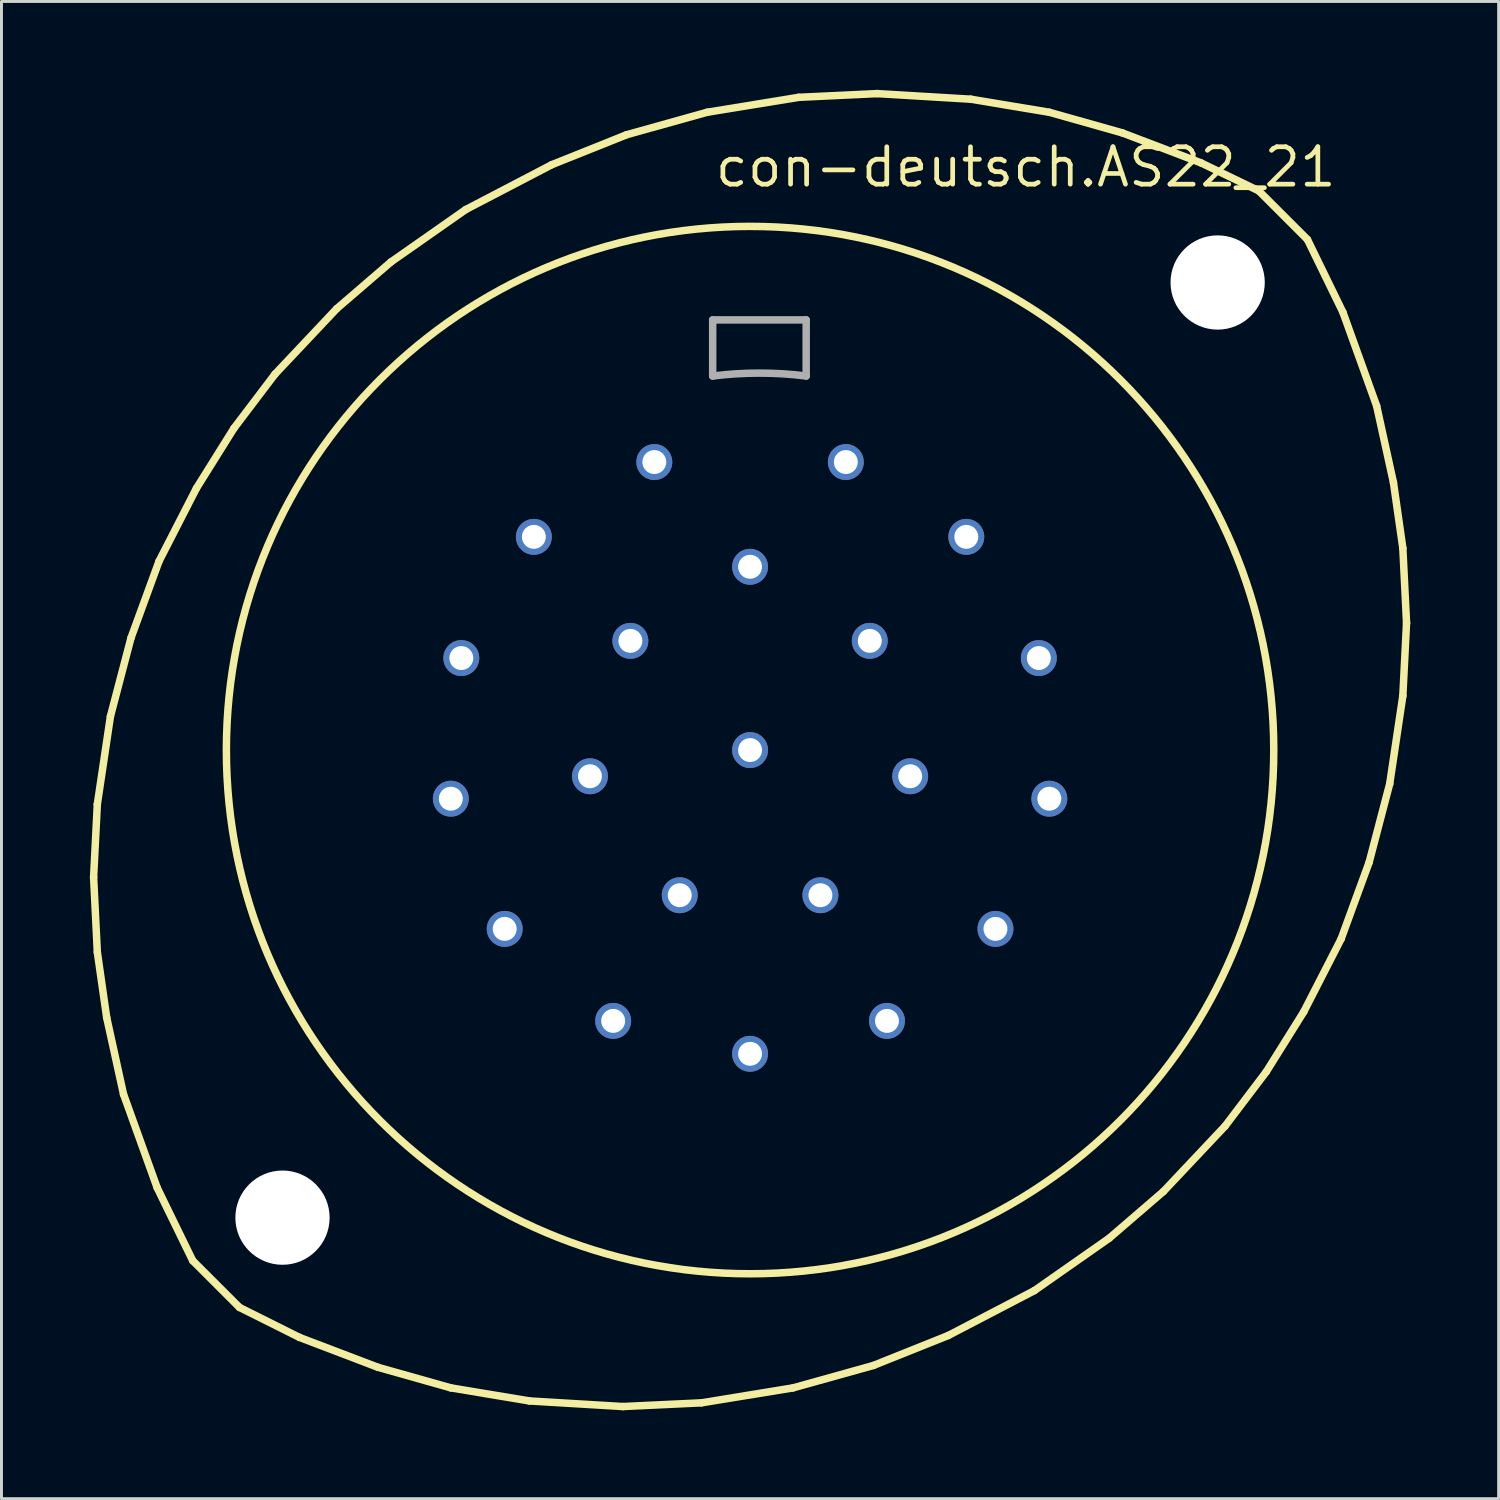
<source format=kicad_pcb>
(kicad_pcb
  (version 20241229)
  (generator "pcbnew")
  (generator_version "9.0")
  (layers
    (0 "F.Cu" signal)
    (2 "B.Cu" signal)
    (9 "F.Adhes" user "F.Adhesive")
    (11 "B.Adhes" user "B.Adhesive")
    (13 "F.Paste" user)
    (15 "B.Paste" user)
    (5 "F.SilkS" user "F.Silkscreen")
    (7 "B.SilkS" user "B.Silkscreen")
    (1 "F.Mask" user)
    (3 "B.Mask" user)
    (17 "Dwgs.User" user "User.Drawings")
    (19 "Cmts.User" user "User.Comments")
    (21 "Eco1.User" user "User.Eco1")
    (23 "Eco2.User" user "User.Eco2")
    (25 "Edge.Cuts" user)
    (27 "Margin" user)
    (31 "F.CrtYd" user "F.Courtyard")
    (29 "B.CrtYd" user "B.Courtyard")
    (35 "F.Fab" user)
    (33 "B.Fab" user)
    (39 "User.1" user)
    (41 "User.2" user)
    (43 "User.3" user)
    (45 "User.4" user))
  (footprint "con-deutsch.AS22_21"
    (layer "F.Cu")
    (at 22.416 22.416)
    (property "Reference" "con-deutsch.AS22_21" (at -1.27 -19.05 0) (layer "F.SilkS") (effects (font (size 1.27 1.27) (thickness 0.16)) (justify left bottom)))
    (attr through_hole)
    (fp_line (start -22.288 4.318) (end -22.162 1.841) (stroke (width 0.254) (type default)) (layer "F.SilkS"))
    (fp_line (start -22.162 1.841) (end -21.717 -1.143) (stroke (width 0.254) (type default)) (layer "F.SilkS"))
    (fp_line (start -22.162 6.858) (end -22.288 4.318) (stroke (width 0.254) (type default)) (layer "F.SilkS"))
    (fp_line (start -21.844 9.081) (end -22.162 6.858) (stroke (width 0.254) (type default)) (layer "F.SilkS"))
    (fp_line (start -21.717 -1.143) (end -21.018 -3.81) (stroke (width 0.254) (type default)) (layer "F.SilkS"))
    (fp_line (start -21.273 11.684) (end -21.844 9.081) (stroke (width 0.254) (type default)) (layer "F.SilkS"))
    (fp_line (start -21.018 -3.81) (end -20.066 -6.413) (stroke (width 0.254) (type default)) (layer "F.SilkS"))
    (fp_line (start -20.13 14.859) (end -21.273 11.684) (stroke (width 0.254) (type default)) (layer "F.SilkS"))
    (fp_line (start -20.066 -6.413) (end -18.796 -8.89) (stroke (width 0.254) (type default)) (layer "F.SilkS"))
    (fp_line (start -18.923 17.335) (end -20.13 14.859) (stroke (width 0.254) (type default)) (layer "F.SilkS"))
    (fp_line (start -18.923 17.335) (end -17.335 18.923) (stroke (width 0.254) (type default)) (layer "F.SilkS"))
    (fp_line (start -18.796 -8.89) (end -17.526 -10.922) (stroke (width 0.254) (type default)) (layer "F.SilkS"))
    (fp_line (start -17.526 -10.922) (end -16.129 -12.764) (stroke (width 0.254) (type default)) (layer "F.SilkS"))
    (fp_line (start -16.129 -12.764) (end -14.034 -14.986) (stroke (width 0.254) (type default)) (layer "F.SilkS"))
    (fp_line (start -15.303 19.939) (end -17.335 18.923) (stroke (width 0.254) (type default)) (layer "F.SilkS"))
    (fp_line (start -14.034 -14.986) (end -12.192 -16.573) (stroke (width 0.254) (type default)) (layer "F.SilkS"))
    (fp_line (start -12.636 20.955) (end -15.303 19.939) (stroke (width 0.254) (type default)) (layer "F.SilkS"))
    (fp_line (start -12.192 -16.573) (end -9.652 -18.352) (stroke (width 0.254) (type default)) (layer "F.SilkS"))
    (fp_line (start -10.16 21.654) (end -12.636 20.955) (stroke (width 0.254) (type default)) (layer "F.SilkS"))
    (fp_line (start -9.652 -18.352) (end -6.731 -19.875) (stroke (width 0.254) (type default)) (layer "F.SilkS"))
    (fp_line (start -7.493 22.098) (end -10.16 21.654) (stroke (width 0.254) (type default)) (layer "F.SilkS"))
    (fp_line (start -6.731 -19.875) (end -4.191 -20.892) (stroke (width 0.254) (type default)) (layer "F.SilkS"))
    (fp_line (start -4.318 22.288) (end -7.493 22.098) (stroke (width 0.254) (type default)) (layer "F.SilkS"))
    (fp_line (start -4.191 -20.892) (end -1.46 -21.654) (stroke (width 0.254) (type default)) (layer "F.SilkS"))
    (fp_line (start -1.651 22.162) (end -4.318 22.288) (stroke (width 0.254) (type default)) (layer "F.SilkS"))
    (fp_line (start -1.46 -21.654) (end 1.651 -22.162) (stroke (width 0.254) (type default)) (layer "F.SilkS"))
    (fp_line (start 1.46 21.654) (end -1.651 22.162) (stroke (width 0.254) (type default)) (layer "F.SilkS"))
    (fp_line (start 1.651 -22.162) (end 4.318 -22.288) (stroke (width 0.254) (type default)) (layer "F.SilkS"))
    (fp_line (start 4.191 20.892) (end 1.46 21.654) (stroke (width 0.254) (type default)) (layer "F.SilkS"))
    (fp_line (start 4.318 -22.288) (end 7.493 -22.098) (stroke (width 0.254) (type default)) (layer "F.SilkS"))
    (fp_line (start 6.731 19.875) (end 4.191 20.892) (stroke (width 0.254) (type default)) (layer "F.SilkS"))
    (fp_line (start 7.493 -22.098) (end 10.16 -21.654) (stroke (width 0.254) (type default)) (layer "F.SilkS"))
    (fp_line (start 9.652 18.352) (end 6.731 19.875) (stroke (width 0.254) (type default)) (layer "F.SilkS"))
    (fp_line (start 10.16 -21.654) (end 12.636 -20.955) (stroke (width 0.254) (type default)) (layer "F.SilkS"))
    (fp_line (start 12.192 16.573) (end 9.652 18.352) (stroke (width 0.254) (type default)) (layer "F.SilkS"))
    (fp_line (start 12.636 -20.955) (end 15.303 -19.939) (stroke (width 0.254) (type default)) (layer "F.SilkS"))
    (fp_line (start 14.034 14.986) (end 12.192 16.573) (stroke (width 0.254) (type default)) (layer "F.SilkS"))
    (fp_line (start 15.303 -19.939) (end 17.272 -18.986) (stroke (width 0.254) (type default)) (layer "F.SilkS"))
    (fp_line (start 16.129 12.764) (end 14.034 14.986) (stroke (width 0.254) (type default)) (layer "F.SilkS"))
    (fp_line (start 17.526 10.922) (end 16.129 12.764) (stroke (width 0.254) (type default)) (layer "F.SilkS"))
    (fp_line (start 18.796 8.89) (end 17.526 10.922) (stroke (width 0.254) (type default)) (layer "F.SilkS"))
    (fp_line (start 18.923 -17.335) (end 17.272 -18.986) (stroke (width 0.254) (type default)) (layer "F.SilkS"))
    (fp_line (start 18.923 -17.335) (end 20.13 -14.859) (stroke (width 0.254) (type default)) (layer "F.SilkS"))
    (fp_line (start 20.066 6.413) (end 18.796 8.89) (stroke (width 0.254) (type default)) (layer "F.SilkS"))
    (fp_line (start 20.13 -14.859) (end 21.273 -11.684) (stroke (width 0.254) (type default)) (layer "F.SilkS"))
    (fp_line (start 21.018 3.81) (end 20.066 6.413) (stroke (width 0.254) (type default)) (layer "F.SilkS"))
    (fp_line (start 21.273 -11.684) (end 21.844 -9.081) (stroke (width 0.254) (type default)) (layer "F.SilkS"))
    (fp_line (start 21.717 1.143) (end 21.018 3.81) (stroke (width 0.254) (type default)) (layer "F.SilkS"))
    (fp_line (start 21.844 -9.081) (end 22.162 -6.858) (stroke (width 0.254) (type default)) (layer "F.SilkS"))
    (fp_line (start 22.162 -6.858) (end 22.288 -4.318) (stroke (width 0.254) (type default)) (layer "F.SilkS"))
    (fp_line (start 22.162 -1.841) (end 21.717 1.143) (stroke (width 0.254) (type default)) (layer "F.SilkS"))
    (fp_line (start 22.288 -4.318) (end 22.162 -1.841) (stroke (width 0.254) (type default)) (layer "F.SilkS"))
    (fp_circle (center 0 0) (end 17.78 0) (stroke (width 0.254) (type default)) (fill no) (layer "F.SilkS"))
    (fp_line (start -1.27 -14.605) (end 1.905 -14.605) (stroke (width 0.254) (type default)) (layer "F.Fab"))
    (fp_line (start -1.27 -12.7) (end -1.27 -14.605) (stroke (width 0.254) (type default)) (layer "F.Fab"))
    (fp_line (start 1.905 -14.605) (end 1.905 -12.7) (stroke (width 0.254) (type default)) (layer "F.Fab"))
    (fp_arc (start -1.27 -12.7) (mid 0.3175 -12.798834) (end 1.905 -12.7) (stroke (width 0.254) (type default)) (layer "F.Fab"))
    (pad "" np_thru_hole circle (at -15.875 15.875) (size 3.2 3.2) (drill 3.2) (layers "*.Cu" "*.Mask"))
    (pad "" np_thru_hole circle (at 15.875 -15.875) (size 3.2 3.2) (drill 3.2) (layers "*.Cu" "*.Mask"))
    (pad "A" thru_hole circle (at 3.251 -9.779) (size 1.219 1.219) (drill 0.813) (layers "*.Cu" "*.Mask"))
    (pad "B" thru_hole circle (at 7.341 -7.239) (size 1.219 1.219) (drill 0.813) (layers "*.Cu" "*.Mask"))
    (pad "C" thru_hole circle (at 9.804 -3.124) (size 1.219 1.219) (drill 0.813) (layers "*.Cu" "*.Mask"))
    (pad "D" thru_hole circle (at 10.16 1.651) (size 1.219 1.219) (drill 0.813) (layers "*.Cu" "*.Mask"))
    (pad "E" thru_hole circle (at 8.331 6.071) (size 1.219 1.219) (drill 0.813) (layers "*.Cu" "*.Mask"))
    (pad "F" thru_hole circle (at 4.648 9.195) (size 1.219 1.219) (drill 0.813) (layers "*.Cu" "*.Mask"))
    (pad "G" thru_hole circle (at 0 10.312) (size 1.219 1.219) (drill 0.813) (layers "*.Cu" "*.Mask"))
    (pad "H" thru_hole circle (at -4.648 9.195) (size 1.219 1.219) (drill 0.813) (layers "*.Cu" "*.Mask"))
    (pad "J" thru_hole circle (at -8.331 6.071) (size 1.219 1.219) (drill 0.813) (layers "*.Cu" "*.Mask"))
    (pad "K" thru_hole circle (at -10.16 1.651) (size 1.219 1.219) (drill 0.813) (layers "*.Cu" "*.Mask"))
    (pad "L" thru_hole circle (at -9.804 -3.124) (size 1.219 1.219) (drill 0.813) (layers "*.Cu" "*.Mask"))
    (pad "M" thru_hole circle (at -7.341 -7.239) (size 1.219 1.219) (drill 0.813) (layers "*.Cu" "*.Mask"))
    (pad "N" thru_hole circle (at -3.251 -9.779) (size 1.219 1.219) (drill 0.813) (layers "*.Cu" "*.Mask"))
    (pad "P" thru_hole circle (at 0 -6.223) (size 1.219 1.219) (drill 0.813) (layers "*.Cu" "*.Mask"))
    (pad "R" thru_hole circle (at 4.064 -3.708) (size 1.219 1.219) (drill 0.813) (layers "*.Cu" "*.Mask"))
    (pad "S" thru_hole circle (at 5.436 0.889) (size 1.219 1.219) (drill 0.813) (layers "*.Cu" "*.Mask"))
    (pad "T" thru_hole circle (at 2.388 4.928) (size 1.219 1.219) (drill 0.813) (layers "*.Cu" "*.Mask"))
    (pad "U" thru_hole circle (at -2.388 4.928) (size 1.219 1.219) (drill 0.813) (layers "*.Cu" "*.Mask"))
    (pad "V" thru_hole circle (at -5.436 0.889) (size 1.219 1.219) (drill 0.813) (layers "*.Cu" "*.Mask"))
    (pad "W" thru_hole circle (at -4.064 -3.708) (size 1.219 1.219) (drill 0.813) (layers "*.Cu" "*.Mask"))
    (pad "X" thru_hole circle (at 0 0) (size 1.219 1.219) (drill 0.813) (layers "*.Cu" "*.Mask")))
  (gr_rect
    (start -3 -3)
    (end 47.831 47.831)
    (stroke (width 0.1) (type default))
    (fill no)
    (layer "Edge.Cuts")))
</source>
